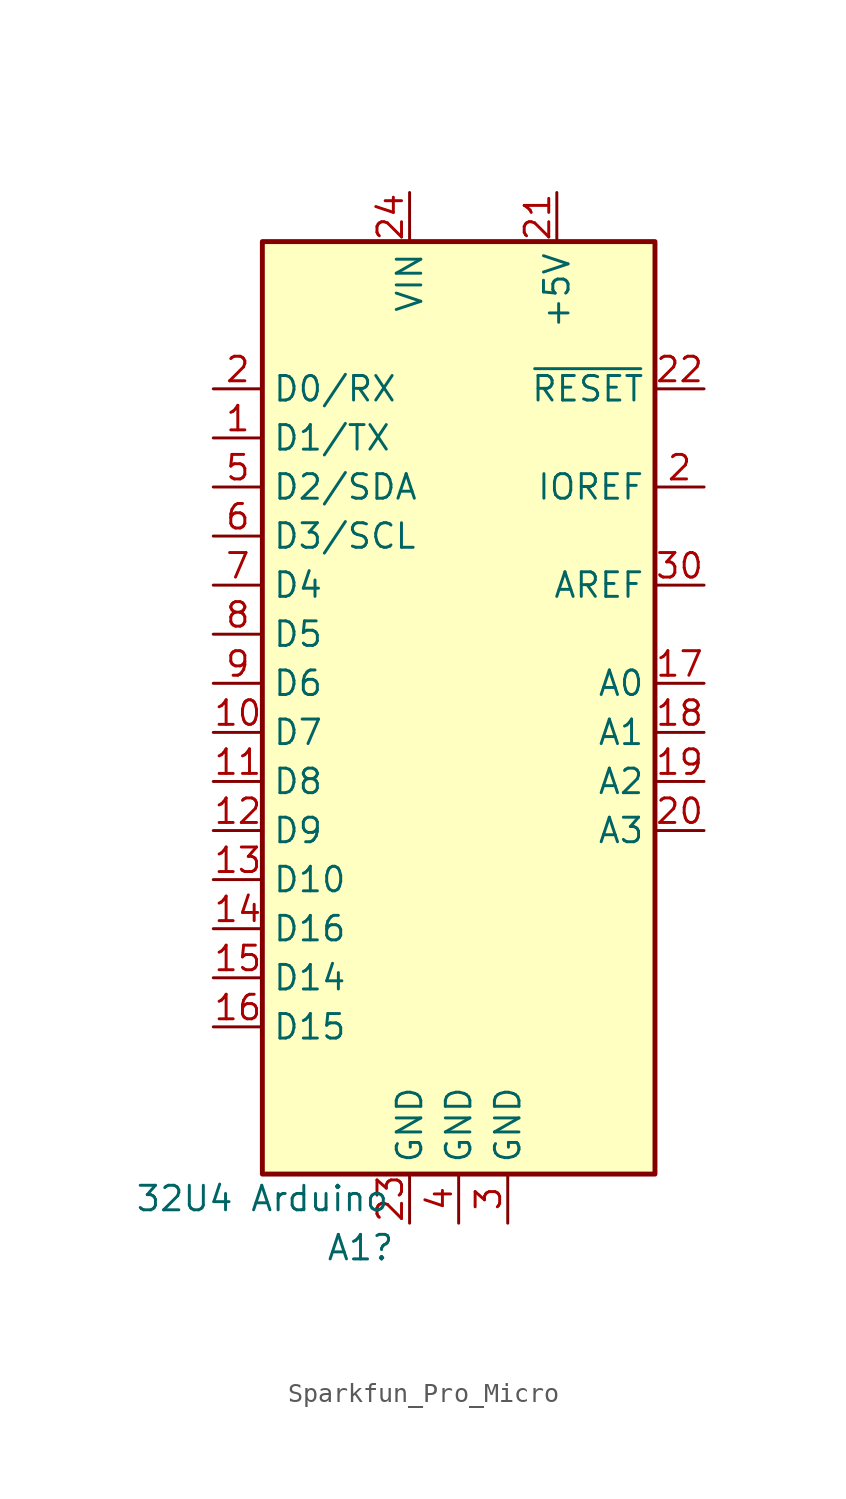
<source format=kicad_sym>
(kicad_symbol_lib
  (version 20211014)
  (generator kicad_symbol_editor)
  (symbol "Sparkfun_Pro_Micro"
    (property "Reference" "A1"
      (at -5.08 -29.21 0)
      (effects (font (size 1.27 1.27))))
    (property "Value" "32U4 Arduino"
      (at -10.16 -26.67 0)
      (effects (font (size 1.27 1.27))))
    (symbol "Sparkfun_Pro_Micro_0_1"
      (rectangle (start -10.16 22.86) (end 10.16 -25.4) (stroke (width 0.254) (type default) (color 0 0 0 0)) (fill (type background))))
    (symbol "Sparkfun_Pro_Micro_1_1"
      (pin bidirectional line (at -12.7 12.7 0) (length 2.54) (name "D1/TX" (effects (font (size 1.27 1.27)))) (number "1" (effects (font (size 1.27 1.27)))))
      (pin no_connect line (at -10.16 -20.32 0) (length 2.54) hide (name "NC" (effects (font (size 1.27 1.27)))) (number "1" (effects (font (size 1.27 1.27)))))
      (pin bidirectional line (at -12.7 -2.54 0) (length 2.54) (name "D7" (effects (font (size 1.27 1.27)))) (number "10" (effects (font (size 1.27 1.27)))))
      (pin bidirectional line (at -12.7 -5.08 0) (length 2.54) (name "D8" (effects (font (size 1.27 1.27)))) (number "11" (effects (font (size 1.27 1.27)))))
      (pin bidirectional line (at -12.7 -7.62 0) (length 2.54) (name "D9" (effects (font (size 1.27 1.27)))) (number "12" (effects (font (size 1.27 1.27)))))
      (pin bidirectional line (at -12.7 -10.16 0) (length 2.54) (name "D10" (effects (font (size 1.27 1.27)))) (number "13" (effects (font (size 1.27 1.27)))))
      (pin bidirectional line (at -12.7 -12.7 0) (length 2.54) (name "D16" (effects (font (size 1.27 1.27)))) (number "14" (effects (font (size 1.27 1.27)))))
      (pin bidirectional line (at -12.7 -15.24 0) (length 2.54) (name "D14" (effects (font (size 1.27 1.27)))) (number "15" (effects (font (size 1.27 1.27)))))
      (pin bidirectional line (at -12.7 -17.78 0) (length 2.54) (name "D15" (effects (font (size 1.27 1.27)))) (number "16" (effects (font (size 1.27 1.27)))))
      (pin bidirectional line (at 12.7 0 180) (length 2.54) (name "A0" (effects (font (size 1.27 1.27)))) (number "17" (effects (font (size 1.27 1.27)))))
      (pin bidirectional line (at 12.7 -2.54 180) (length 2.54) (name "A1" (effects (font (size 1.27 1.27)))) (number "18" (effects (font (size 1.27 1.27)))))
      (pin bidirectional line (at 12.7 -5.08 180) (length 2.54) (name "A2" (effects (font (size 1.27 1.27)))) (number "19" (effects (font (size 1.27 1.27)))))
      (pin bidirectional line (at -12.7 15.24 0) (length 2.54) (name "D0/RX" (effects (font (size 1.27 1.27)))) (number "2" (effects (font (size 1.27 1.27)))))
      (pin output line (at 12.7 10.16 180) (length 2.54) (name "IOREF" (effects (font (size 1.27 1.27)))) (number "2" (effects (font (size 1.27 1.27)))))
      (pin bidirectional line (at 12.7 -7.62 180) (length 2.54) (name "A3" (effects (font (size 1.27 1.27)))) (number "20" (effects (font (size 1.27 1.27)))))
      (pin power_out line (at 5.08 25.4 270) (length 2.54) (name "+5V" (effects (font (size 1.27 1.27)))) (number "21" (effects (font (size 1.27 1.27)))))
      (pin input line (at 12.7 15.24 180) (length 2.54) (name "~{RESET}" (effects (font (size 1.27 1.27)))) (number "22" (effects (font (size 1.27 1.27)))))
      (pin power_in line (at -2.54 -27.94 90) (length 2.54) (name "GND" (effects (font (size 1.27 1.27)))) (number "23" (effects (font (size 1.27 1.27)))))
      (pin power_in line (at -2.54 25.4 270) (length 2.54) (name "VIN" (effects (font (size 1.27 1.27)))) (number "24" (effects (font (size 1.27 1.27)))))
      (pin power_in line (at 2.54 -27.94 90) (length 2.54) (name "GND" (effects (font (size 1.27 1.27)))) (number "3" (effects (font (size 1.27 1.27)))))
      (pin input line (at 12.7 5.08 180) (length 2.54) (name "AREF" (effects (font (size 1.27 1.27)))) (number "30" (effects (font (size 1.27 1.27)))))
      (pin power_in line (at 0 -27.94 90) (length 2.54) (name "GND" (effects (font (size 1.27 1.27)))) (number "4" (effects (font (size 1.27 1.27)))))
      (pin bidirectional line (at -12.7 10.16 0) (length 2.54) (name "D2/SDA" (effects (font (size 1.27 1.27)))) (number "5" (effects (font (size 1.27 1.27)))))
      (pin bidirectional line (at -12.7 7.62 0) (length 2.54) (name "D3/SCL" (effects (font (size 1.27 1.27)))) (number "6" (effects (font (size 1.27 1.27)))))
      (pin bidirectional line (at -12.7 5.08 0) (length 2.54) (name "D4" (effects (font (size 1.27 1.27)))) (number "7" (effects (font (size 1.27 1.27)))))
      (pin bidirectional line (at -12.7 2.54 0) (length 2.54) (name "D5" (effects (font (size 1.27 1.27)))) (number "8" (effects (font (size 1.27 1.27)))))
      (pin bidirectional line (at -12.7 0 0) (length 2.54) (name "D6" (effects (font (size 1.27 1.27)))) (number "9" (effects (font (size 1.27 1.27))))))))
</source>
